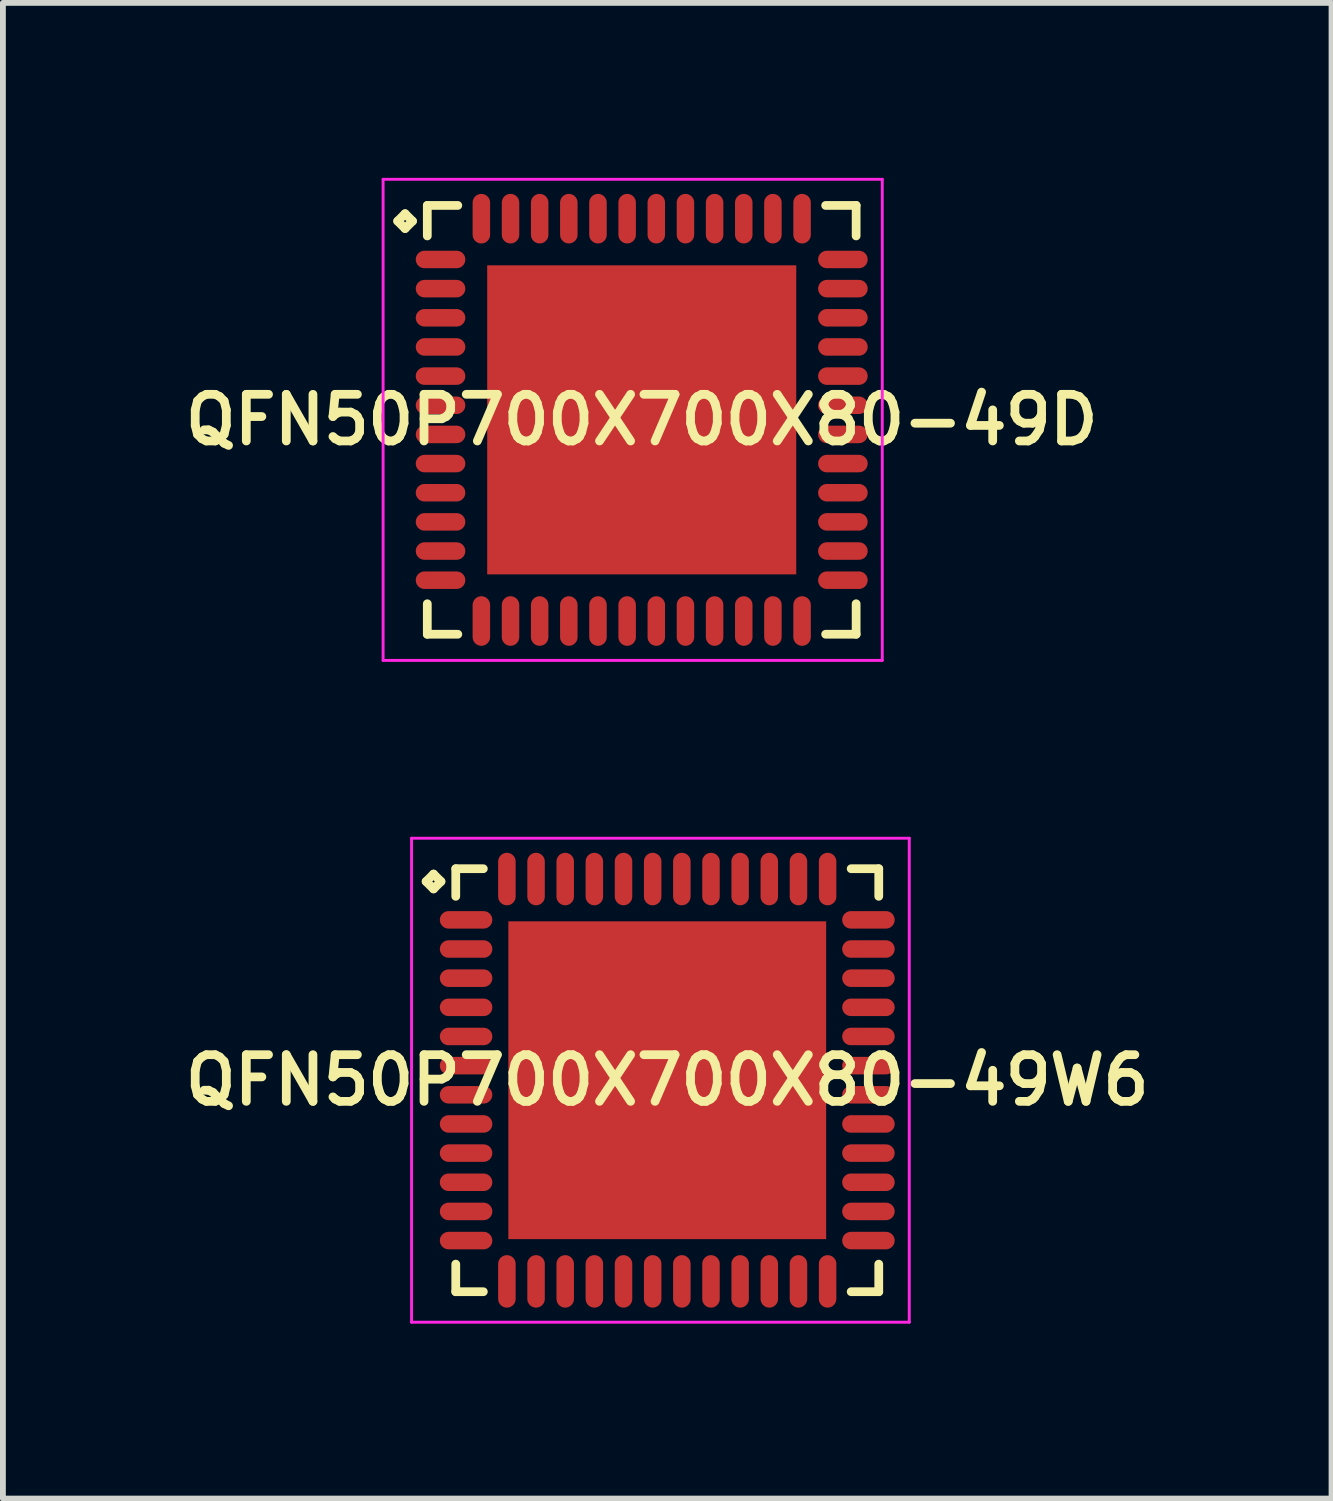
<source format=kicad_pcb>
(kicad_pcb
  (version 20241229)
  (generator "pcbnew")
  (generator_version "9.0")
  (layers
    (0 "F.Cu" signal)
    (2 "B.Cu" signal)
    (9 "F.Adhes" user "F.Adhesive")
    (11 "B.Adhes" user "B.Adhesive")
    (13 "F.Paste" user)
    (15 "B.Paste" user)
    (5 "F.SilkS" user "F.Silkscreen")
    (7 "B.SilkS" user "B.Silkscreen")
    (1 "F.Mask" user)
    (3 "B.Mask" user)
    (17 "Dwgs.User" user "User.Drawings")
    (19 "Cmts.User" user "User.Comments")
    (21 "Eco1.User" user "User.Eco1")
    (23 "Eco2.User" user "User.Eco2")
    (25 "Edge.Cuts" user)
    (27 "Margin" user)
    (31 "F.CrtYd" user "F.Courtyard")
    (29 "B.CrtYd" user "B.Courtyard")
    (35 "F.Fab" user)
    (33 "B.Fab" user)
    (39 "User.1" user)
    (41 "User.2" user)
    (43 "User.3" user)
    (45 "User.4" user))
  (footprint "QFN50P700X700X80-49W6"
    (layer "F.Cu")
    (at 8.393 15.475)
    (property "Reference" "QFN50P700X700X80-49W6" (at 0 0 0) (layer "F.SilkS") (effects (font (size 0.8 0.8) (thickness 0.15))))
    (attr smd)
    (fp_line (start -4.135 -3.408) (end -4.008 -3.535) (stroke (width 0.15) (type solid)) (layer "F.SilkS"))
    (fp_line (start -4.008 -3.535) (end -3.881 -3.408) (stroke (width 0.15) (type solid)) (layer "F.SilkS"))
    (fp_line (start -4.008 -3.281) (end -4.135 -3.408) (stroke (width 0.15) (type solid)) (layer "F.SilkS"))
    (fp_line (start -3.881 -3.408) (end -4.008 -3.281) (stroke (width 0.15) (type solid)) (layer "F.SilkS"))
    (fp_line (start -3.627 -3.627) (end -3.154 -3.627) (stroke (width 0.15) (type solid)) (layer "F.SilkS"))
    (fp_line (start -3.627 -3.154) (end -3.627 -3.627) (stroke (width 0.15) (type solid)) (layer "F.SilkS"))
    (fp_line (start -3.627 3.154) (end -3.627 3.627) (stroke (width 0.15) (type solid)) (layer "F.SilkS"))
    (fp_line (start -3.627 3.627) (end -3.154 3.627) (stroke (width 0.15) (type solid)) (layer "F.SilkS"))
    (fp_line (start 3.154 -3.627) (end 3.627 -3.627) (stroke (width 0.15) (type solid)) (layer "F.SilkS"))
    (fp_line (start 3.154 3.627) (end 3.627 3.627) (stroke (width 0.15) (type solid)) (layer "F.SilkS"))
    (fp_line (start 3.627 -3.627) (end 3.627 -3.154) (stroke (width 0.15) (type solid)) (layer "F.SilkS"))
    (fp_line (start 3.627 3.627) (end 3.627 3.154) (stroke (width 0.15) (type solid)) (layer "F.SilkS"))
    (fp_line (start -4.385 -4.15) (end 4.15 -4.15) (stroke (width 0.05) (type solid)) (layer "F.CrtYd"))
    (fp_line (start -4.385 4.15) (end -4.385 -4.15) (stroke (width 0.05) (type solid)) (layer "F.CrtYd"))
    (fp_line (start 4.15 -4.15) (end 4.15 4.15) (stroke (width 0.05) (type solid)) (layer "F.CrtYd"))
    (fp_line (start 4.15 4.15) (end -4.385 4.15) (stroke (width 0.05) (type solid)) (layer "F.CrtYd"))
    (pad "1" smd oval (at -3.45 -2.75) (size 0.9 0.3) (layers "F.Cu" "F.Mask" "F.Paste"))
    (pad "2" smd oval (at -3.45 -2.25) (size 0.9 0.3) (layers "F.Cu" "F.Mask" "F.Paste"))
    (pad "3" smd oval (at -3.45 -1.75) (size 0.9 0.3) (layers "F.Cu" "F.Mask" "F.Paste"))
    (pad "4" smd oval (at -3.45 -1.25) (size 0.9 0.3) (layers "F.Cu" "F.Mask" "F.Paste"))
    (pad "5" smd oval (at -3.45 -0.75) (size 0.9 0.3) (layers "F.Cu" "F.Mask" "F.Paste"))
    (pad "6" smd oval (at -3.45 -0.25) (size 0.9 0.3) (layers "F.Cu" "F.Mask" "F.Paste"))
    (pad "7" smd oval (at -3.45 0.25) (size 0.9 0.3) (layers "F.Cu" "F.Mask" "F.Paste"))
    (pad "8" smd oval (at -3.45 0.75) (size 0.9 0.3) (layers "F.Cu" "F.Mask" "F.Paste"))
    (pad "9" smd oval (at -3.45 1.25) (size 0.9 0.3) (layers "F.Cu" "F.Mask" "F.Paste"))
    (pad "10" smd oval (at -3.45 1.75) (size 0.9 0.3) (layers "F.Cu" "F.Mask" "F.Paste"))
    (pad "11" smd oval (at -3.45 2.25) (size 0.9 0.3) (layers "F.Cu" "F.Mask" "F.Paste"))
    (pad "12" smd oval (at -3.45 2.75) (size 0.9 0.3) (layers "F.Cu" "F.Mask" "F.Paste"))
    (pad "13" smd oval (at -2.75 3.45) (size 0.3 0.9) (layers "F.Cu" "F.Mask" "F.Paste"))
    (pad "14" smd oval (at -2.25 3.45) (size 0.3 0.9) (layers "F.Cu" "F.Mask" "F.Paste"))
    (pad "15" smd oval (at -1.75 3.45) (size 0.3 0.9) (layers "F.Cu" "F.Mask" "F.Paste"))
    (pad "16" smd oval (at -1.25 3.45) (size 0.3 0.9) (layers "F.Cu" "F.Mask" "F.Paste"))
    (pad "17" smd oval (at -0.75 3.45) (size 0.3 0.9) (layers "F.Cu" "F.Mask" "F.Paste"))
    (pad "18" smd oval (at -0.25 3.45) (size 0.3 0.9) (layers "F.Cu" "F.Mask" "F.Paste"))
    (pad "19" smd oval (at 0.25 3.45) (size 0.3 0.9) (layers "F.Cu" "F.Mask" "F.Paste"))
    (pad "20" smd oval (at 0.75 3.45) (size 0.3 0.9) (layers "F.Cu" "F.Mask" "F.Paste"))
    (pad "21" smd oval (at 1.25 3.45) (size 0.3 0.9) (layers "F.Cu" "F.Mask" "F.Paste"))
    (pad "22" smd oval (at 1.75 3.45) (size 0.3 0.9) (layers "F.Cu" "F.Mask" "F.Paste"))
    (pad "23" smd oval (at 2.25 3.45) (size 0.3 0.9) (layers "F.Cu" "F.Mask" "F.Paste"))
    (pad "24" smd oval (at 2.75 3.45) (size 0.3 0.9) (layers "F.Cu" "F.Mask" "F.Paste"))
    (pad "25" smd oval (at 3.45 2.75) (size 0.9 0.3) (layers "F.Cu" "F.Mask" "F.Paste"))
    (pad "26" smd oval (at 3.45 2.25) (size 0.9 0.3) (layers "F.Cu" "F.Mask" "F.Paste"))
    (pad "27" smd oval (at 3.45 1.75) (size 0.9 0.3) (layers "F.Cu" "F.Mask" "F.Paste"))
    (pad "28" smd oval (at 3.45 1.25) (size 0.9 0.3) (layers "F.Cu" "F.Mask" "F.Paste"))
    (pad "29" smd oval (at 3.45 0.75) (size 0.9 0.3) (layers "F.Cu" "F.Mask" "F.Paste"))
    (pad "30" smd oval (at 3.45 0.25) (size 0.9 0.3) (layers "F.Cu" "F.Mask" "F.Paste"))
    (pad "31" smd oval (at 3.45 -0.25) (size 0.9 0.3) (layers "F.Cu" "F.Mask" "F.Paste"))
    (pad "32" smd oval (at 3.45 -0.75) (size 0.9 0.3) (layers "F.Cu" "F.Mask" "F.Paste"))
    (pad "33" smd oval (at 3.45 -1.25) (size 0.9 0.3) (layers "F.Cu" "F.Mask" "F.Paste"))
    (pad "34" smd oval (at 3.45 -1.75) (size 0.9 0.3) (layers "F.Cu" "F.Mask" "F.Paste"))
    (pad "35" smd oval (at 3.45 -2.25) (size 0.9 0.3) (layers "F.Cu" "F.Mask" "F.Paste"))
    (pad "36" smd oval (at 3.45 -2.75) (size 0.9 0.3) (layers "F.Cu" "F.Mask" "F.Paste"))
    (pad "37" smd oval (at 2.75 -3.45) (size 0.3 0.9) (layers "F.Cu" "F.Mask" "F.Paste"))
    (pad "38" smd oval (at 2.25 -3.45) (size 0.3 0.9) (layers "F.Cu" "F.Mask" "F.Paste"))
    (pad "39" smd oval (at 1.75 -3.45) (size 0.3 0.9) (layers "F.Cu" "F.Mask" "F.Paste"))
    (pad "40" smd oval (at 1.25 -3.45) (size 0.3 0.9) (layers "F.Cu" "F.Mask" "F.Paste"))
    (pad "41" smd oval (at 0.75 -3.45) (size 0.3 0.9) (layers "F.Cu" "F.Mask" "F.Paste"))
    (pad "42" smd oval (at 0.25 -3.45) (size 0.3 0.9) (layers "F.Cu" "F.Mask" "F.Paste"))
    (pad "43" smd oval (at -0.25 -3.45) (size 0.3 0.9) (layers "F.Cu" "F.Mask" "F.Paste"))
    (pad "44" smd oval (at -0.75 -3.45) (size 0.3 0.9) (layers "F.Cu" "F.Mask" "F.Paste"))
    (pad "45" smd oval (at -1.25 -3.45) (size 0.3 0.9) (layers "F.Cu" "F.Mask" "F.Paste"))
    (pad "46" smd oval (at -1.75 -3.45) (size 0.3 0.9) (layers "F.Cu" "F.Mask" "F.Paste"))
    (pad "47" smd oval (at -2.25 -3.45) (size 0.3 0.9) (layers "F.Cu" "F.Mask" "F.Paste"))
    (pad "48" smd oval (at -2.75 -3.45) (size 0.3 0.9) (layers "F.Cu" "F.Mask" "F.Paste"))
    (pad "49" smd rect (at 0 0) (size 5.45 5.45) (layers "F.Cu" "F.Mask" "F.Paste")))
  (footprint "QFN50P700X700X80-49D"
    (layer "F.Cu")
    (at 7.955 4.15)
    (property "Reference" "QFN50P700X700X80-49D" (at 0 0 0) (layer "F.SilkS") (effects (font (size 0.8 0.8) (thickness 0.15))))
    (attr smd)
    (fp_line (start -4.185 -3.408) (end -4.058 -3.535) (stroke (width 0.15) (type solid)) (layer "F.SilkS"))
    (fp_line (start -4.058 -3.535) (end -3.931 -3.408) (stroke (width 0.15) (type solid)) (layer "F.SilkS"))
    (fp_line (start -4.058 -3.281) (end -4.185 -3.408) (stroke (width 0.15) (type solid)) (layer "F.SilkS"))
    (fp_line (start -3.931 -3.408) (end -4.058 -3.281) (stroke (width 0.15) (type solid)) (layer "F.SilkS"))
    (fp_line (start -3.677 -3.677) (end -3.154 -3.677) (stroke (width 0.15) (type solid)) (layer "F.SilkS"))
    (fp_line (start -3.677 -3.154) (end -3.677 -3.677) (stroke (width 0.15) (type solid)) (layer "F.SilkS"))
    (fp_line (start -3.677 3.154) (end -3.677 3.677) (stroke (width 0.15) (type solid)) (layer "F.SilkS"))
    (fp_line (start -3.677 3.677) (end -3.154 3.677) (stroke (width 0.15) (type solid)) (layer "F.SilkS"))
    (fp_line (start 3.154 -3.677) (end 3.677 -3.677) (stroke (width 0.15) (type solid)) (layer "F.SilkS"))
    (fp_line (start 3.154 3.677) (end 3.677 3.677) (stroke (width 0.15) (type solid)) (layer "F.SilkS"))
    (fp_line (start 3.677 -3.677) (end 3.677 -3.154) (stroke (width 0.15) (type solid)) (layer "F.SilkS"))
    (fp_line (start 3.677 3.677) (end 3.677 3.154) (stroke (width 0.15) (type solid)) (layer "F.SilkS"))
    (fp_line (start -4.435 -4.125) (end 4.125 -4.125) (stroke (width 0.05) (type solid)) (layer "F.CrtYd"))
    (fp_line (start -4.435 4.125) (end -4.435 -4.125) (stroke (width 0.05) (type solid)) (layer "F.CrtYd"))
    (fp_line (start 4.125 -4.125) (end 4.125 4.125) (stroke (width 0.05) (type solid)) (layer "F.CrtYd"))
    (fp_line (start 4.125 4.125) (end -4.435 4.125) (stroke (width 0.05) (type solid)) (layer "F.CrtYd"))
    (pad "1" smd oval (at -3.45 -2.75) (size 0.85 0.3) (layers "F.Cu" "F.Mask" "F.Paste"))
    (pad "2" smd oval (at -3.45 -2.25) (size 0.85 0.3) (layers "F.Cu" "F.Mask" "F.Paste"))
    (pad "3" smd oval (at -3.45 -1.75) (size 0.85 0.3) (layers "F.Cu" "F.Mask" "F.Paste"))
    (pad "4" smd oval (at -3.45 -1.25) (size 0.85 0.3) (layers "F.Cu" "F.Mask" "F.Paste"))
    (pad "5" smd oval (at -3.45 -0.75) (size 0.85 0.3) (layers "F.Cu" "F.Mask" "F.Paste"))
    (pad "6" smd oval (at -3.45 -0.25) (size 0.85 0.3) (layers "F.Cu" "F.Mask" "F.Paste"))
    (pad "7" smd oval (at -3.45 0.25) (size 0.85 0.3) (layers "F.Cu" "F.Mask" "F.Paste"))
    (pad "8" smd oval (at -3.45 0.75) (size 0.85 0.3) (layers "F.Cu" "F.Mask" "F.Paste"))
    (pad "9" smd oval (at -3.45 1.25) (size 0.85 0.3) (layers "F.Cu" "F.Mask" "F.Paste"))
    (pad "10" smd oval (at -3.45 1.75) (size 0.85 0.3) (layers "F.Cu" "F.Mask" "F.Paste"))
    (pad "11" smd oval (at -3.45 2.25) (size 0.85 0.3) (layers "F.Cu" "F.Mask" "F.Paste"))
    (pad "12" smd oval (at -3.45 2.75) (size 0.85 0.3) (layers "F.Cu" "F.Mask" "F.Paste"))
    (pad "13" smd oval (at -2.75 3.45) (size 0.3 0.85) (layers "F.Cu" "F.Mask" "F.Paste"))
    (pad "14" smd oval (at -2.25 3.45) (size 0.3 0.85) (layers "F.Cu" "F.Mask" "F.Paste"))
    (pad "15" smd oval (at -1.75 3.45) (size 0.3 0.85) (layers "F.Cu" "F.Mask" "F.Paste"))
    (pad "16" smd oval (at -1.25 3.45) (size 0.3 0.85) (layers "F.Cu" "F.Mask" "F.Paste"))
    (pad "17" smd oval (at -0.75 3.45) (size 0.3 0.85) (layers "F.Cu" "F.Mask" "F.Paste"))
    (pad "18" smd oval (at -0.25 3.45) (size 0.3 0.85) (layers "F.Cu" "F.Mask" "F.Paste"))
    (pad "19" smd oval (at 0.25 3.45) (size 0.3 0.85) (layers "F.Cu" "F.Mask" "F.Paste"))
    (pad "20" smd oval (at 0.75 3.45) (size 0.3 0.85) (layers "F.Cu" "F.Mask" "F.Paste"))
    (pad "21" smd oval (at 1.25 3.45) (size 0.3 0.85) (layers "F.Cu" "F.Mask" "F.Paste"))
    (pad "22" smd oval (at 1.75 3.45) (size 0.3 0.85) (layers "F.Cu" "F.Mask" "F.Paste"))
    (pad "23" smd oval (at 2.25 3.45) (size 0.3 0.85) (layers "F.Cu" "F.Mask" "F.Paste"))
    (pad "24" smd oval (at 2.75 3.45) (size 0.3 0.85) (layers "F.Cu" "F.Mask" "F.Paste"))
    (pad "25" smd oval (at 3.45 2.75) (size 0.85 0.3) (layers "F.Cu" "F.Mask" "F.Paste"))
    (pad "26" smd oval (at 3.45 2.25) (size 0.85 0.3) (layers "F.Cu" "F.Mask" "F.Paste"))
    (pad "27" smd oval (at 3.45 1.75) (size 0.85 0.3) (layers "F.Cu" "F.Mask" "F.Paste"))
    (pad "28" smd oval (at 3.45 1.25) (size 0.85 0.3) (layers "F.Cu" "F.Mask" "F.Paste"))
    (pad "29" smd oval (at 3.45 0.75) (size 0.85 0.3) (layers "F.Cu" "F.Mask" "F.Paste"))
    (pad "30" smd oval (at 3.45 0.25) (size 0.85 0.3) (layers "F.Cu" "F.Mask" "F.Paste"))
    (pad "31" smd oval (at 3.45 -0.25) (size 0.85 0.3) (layers "F.Cu" "F.Mask" "F.Paste"))
    (pad "32" smd oval (at 3.45 -0.75) (size 0.85 0.3) (layers "F.Cu" "F.Mask" "F.Paste"))
    (pad "33" smd oval (at 3.45 -1.25) (size 0.85 0.3) (layers "F.Cu" "F.Mask" "F.Paste"))
    (pad "34" smd oval (at 3.45 -1.75) (size 0.85 0.3) (layers "F.Cu" "F.Mask" "F.Paste"))
    (pad "35" smd oval (at 3.45 -2.25) (size 0.85 0.3) (layers "F.Cu" "F.Mask" "F.Paste"))
    (pad "36" smd oval (at 3.45 -2.75) (size 0.85 0.3) (layers "F.Cu" "F.Mask" "F.Paste"))
    (pad "37" smd oval (at 2.75 -3.45) (size 0.3 0.85) (layers "F.Cu" "F.Mask" "F.Paste"))
    (pad "38" smd oval (at 2.25 -3.45) (size 0.3 0.85) (layers "F.Cu" "F.Mask" "F.Paste"))
    (pad "39" smd oval (at 1.75 -3.45) (size 0.3 0.85) (layers "F.Cu" "F.Mask" "F.Paste"))
    (pad "40" smd oval (at 1.25 -3.45) (size 0.3 0.85) (layers "F.Cu" "F.Mask" "F.Paste"))
    (pad "41" smd oval (at 0.75 -3.45) (size 0.3 0.85) (layers "F.Cu" "F.Mask" "F.Paste"))
    (pad "42" smd oval (at 0.25 -3.45) (size 0.3 0.85) (layers "F.Cu" "F.Mask" "F.Paste"))
    (pad "43" smd oval (at -0.25 -3.45) (size 0.3 0.85) (layers "F.Cu" "F.Mask" "F.Paste"))
    (pad "44" smd oval (at -0.75 -3.45) (size 0.3 0.85) (layers "F.Cu" "F.Mask" "F.Paste"))
    (pad "45" smd oval (at -1.25 -3.45) (size 0.3 0.85) (layers "F.Cu" "F.Mask" "F.Paste"))
    (pad "46" smd oval (at -1.75 -3.45) (size 0.3 0.85) (layers "F.Cu" "F.Mask" "F.Paste"))
    (pad "47" smd oval (at -2.25 -3.45) (size 0.3 0.85) (layers "F.Cu" "F.Mask" "F.Paste"))
    (pad "48" smd oval (at -2.75 -3.45) (size 0.3 0.85) (layers "F.Cu" "F.Mask" "F.Paste"))
    (pad "49" smd rect (at 0 0) (size 5.3 5.3) (layers "F.Cu" "F.Mask" "F.Paste")))
  (gr_rect
    (start -3 -3)
    (end 19.785 22.65)
    (stroke (width 0.1) (type default))
    (fill no)
    (layer "Edge.Cuts")))
</source>
